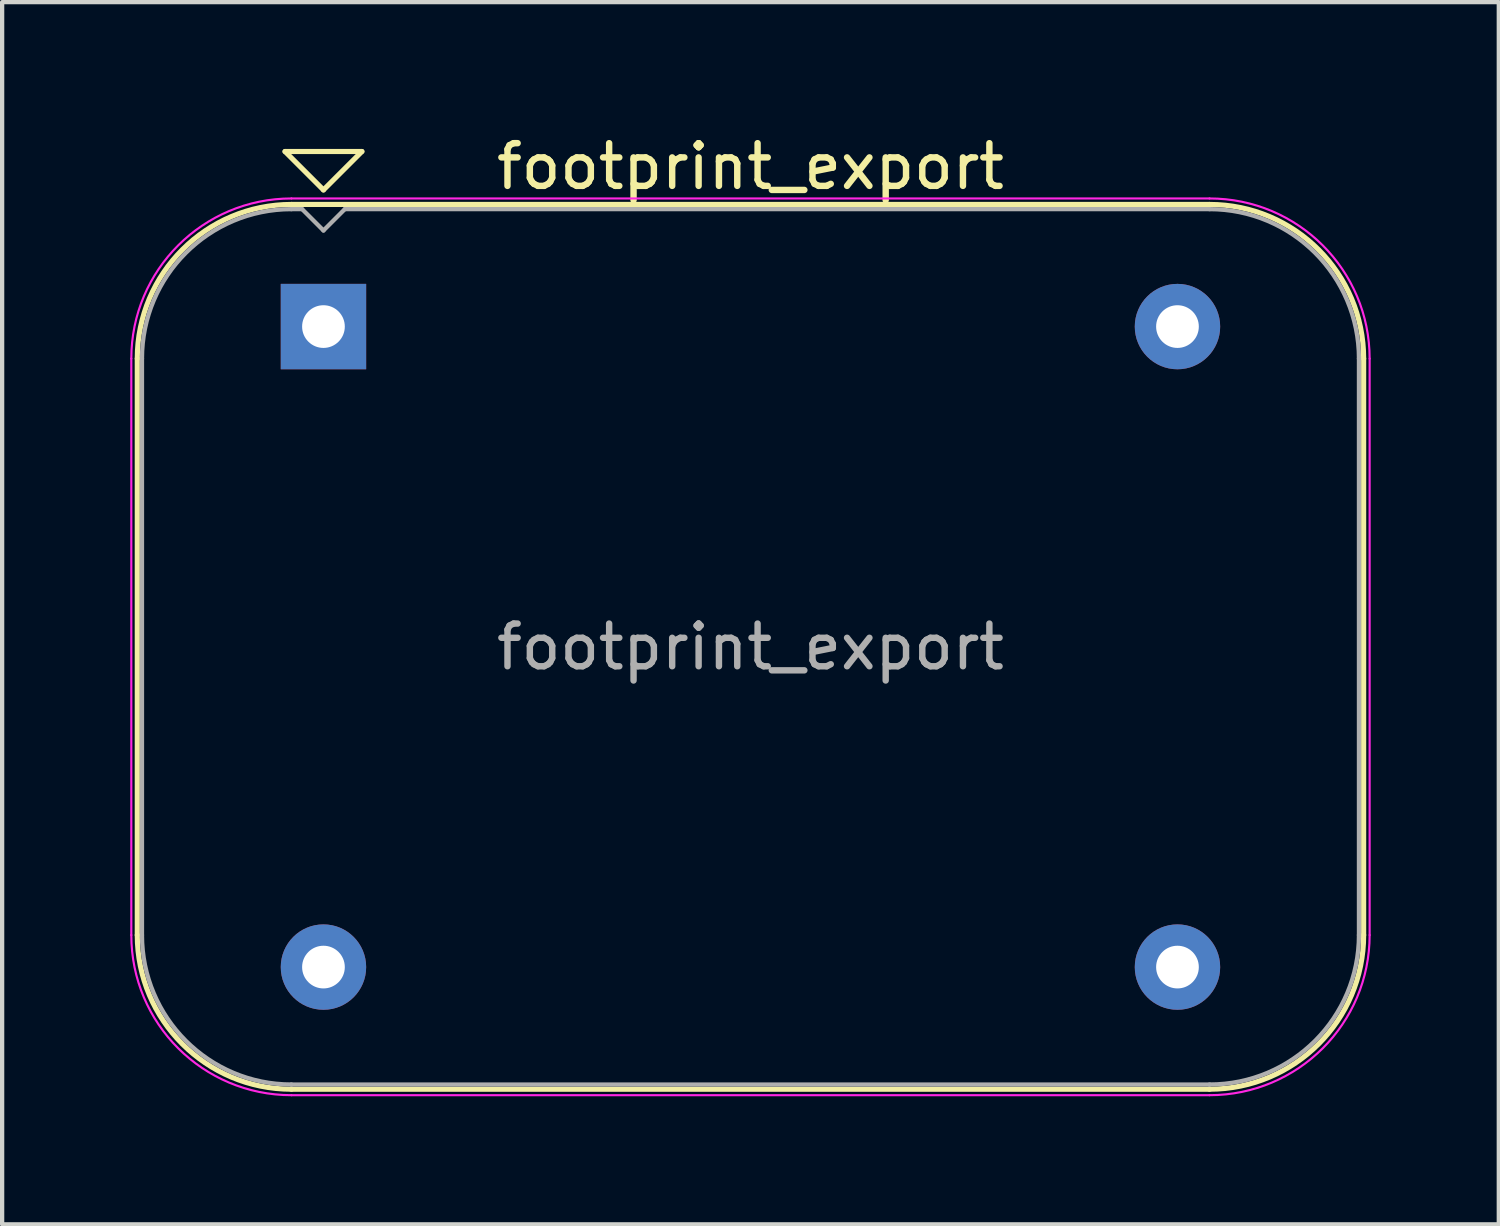
<source format=kicad_pcb>
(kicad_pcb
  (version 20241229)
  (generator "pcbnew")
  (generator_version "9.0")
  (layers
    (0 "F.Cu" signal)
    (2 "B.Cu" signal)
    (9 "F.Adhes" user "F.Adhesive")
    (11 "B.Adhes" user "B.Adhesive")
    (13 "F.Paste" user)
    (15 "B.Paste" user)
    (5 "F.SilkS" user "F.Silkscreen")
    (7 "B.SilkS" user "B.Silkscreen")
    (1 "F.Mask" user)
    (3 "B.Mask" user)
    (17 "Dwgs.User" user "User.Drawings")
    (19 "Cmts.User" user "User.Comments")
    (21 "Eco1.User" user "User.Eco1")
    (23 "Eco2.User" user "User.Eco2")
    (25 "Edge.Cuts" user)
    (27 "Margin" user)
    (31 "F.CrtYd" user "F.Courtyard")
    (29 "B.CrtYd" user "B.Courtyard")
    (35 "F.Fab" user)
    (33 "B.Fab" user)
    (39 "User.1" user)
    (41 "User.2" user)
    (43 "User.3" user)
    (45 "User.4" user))
  (footprint "footprint_export"
    (layer "F.Cu")
    (at 4.525 4.598)
    (property "Reference" "footprint_export" (at 10 -3.75 0) (layer "F.SilkS") (effects (font (size 1 1) (thickness 0.15))))
    (attr through_hole)
    (fp_line (start -4.36 14.25) (end -4.36 0.75) (stroke (width 0.12) (type solid)) (layer "F.SilkS"))
    (fp_line (start -0.9 -4.1) (end 0.9 -4.1) (stroke (width 0.12) (type solid)) (layer "F.SilkS"))
    (fp_line (start -0.75 -2.86) (end 20.75 -2.86) (stroke (width 0.12) (type solid)) (layer "F.SilkS"))
    (fp_line (start 0 -3.2) (end -0.9 -4.1) (stroke (width 0.12) (type solid)) (layer "F.SilkS"))
    (fp_line (start 0.9 -4.1) (end 0 -3.2) (stroke (width 0.12) (type solid)) (layer "F.SilkS"))
    (fp_line (start 20.75 17.86) (end -0.75 17.86) (stroke (width 0.12) (type solid)) (layer "F.SilkS"))
    (fp_line (start 24.36 0.75) (end 24.36 14.25) (stroke (width 0.12) (type solid)) (layer "F.SilkS"))
    (fp_arc (start -4.36 0.75) (mid -3.302655 -1.802655) (end -0.75 -2.86) (stroke (width 0.12) (type solid)) (layer "F.SilkS"))
    (fp_arc (start -0.75 17.86) (mid -3.302655 16.802655) (end -4.36 14.25) (stroke (width 0.12) (type solid)) (layer "F.SilkS"))
    (fp_arc (start 20.75 -2.86) (mid 23.302655 -1.802655) (end 24.36 0.75) (stroke (width 0.12) (type solid)) (layer "F.SilkS"))
    (fp_arc (start 24.36 14.25) (mid 23.302655 16.802655) (end 20.75 17.86) (stroke (width 0.12) (type solid)) (layer "F.SilkS"))
    (fp_line (start -4.5 14.25) (end -4.5 0.75) (stroke (width 0.05) (type solid)) (layer "F.CrtYd"))
    (fp_line (start -0.75 -3) (end 20.75 -3) (stroke (width 0.05) (type solid)) (layer "F.CrtYd"))
    (fp_line (start 20.75 18) (end -0.75 18) (stroke (width 0.05) (type solid)) (layer "F.CrtYd"))
    (fp_line (start 24.5 0.75) (end 24.5 14.25) (stroke (width 0.05) (type solid)) (layer "F.CrtYd"))
    (fp_arc (start -4.5 0.75) (mid -3.40165 -1.90165) (end -0.75 -3) (stroke (width 0.05) (type solid)) (layer "F.CrtYd"))
    (fp_arc (start -0.75 18) (mid -3.40165 16.90165) (end -4.5 14.25) (stroke (width 0.05) (type solid)) (layer "F.CrtYd"))
    (fp_arc (start 20.75 -3) (mid 23.40165 -1.90165) (end 24.5 0.75) (stroke (width 0.05) (type solid)) (layer "F.CrtYd"))
    (fp_arc (start 24.5 14.25) (mid 23.40165 16.90165) (end 20.75 18) (stroke (width 0.05) (type solid)) (layer "F.CrtYd"))
    (fp_line (start -4.25 0.75) (end -4.25 14.25) (stroke (width 0.1) (type solid)) (layer "F.Fab"))
    (fp_line (start -0.75 -2.75) (end -0.5 -2.75) (stroke (width 0.1) (type solid)) (layer "F.Fab"))
    (fp_line (start -0.75 17.75) (end 20.75 17.75) (stroke (width 0.1) (type solid)) (layer "F.Fab"))
    (fp_line (start -0.5 -2.75) (end 0 -2.25) (stroke (width 0.1) (type solid)) (layer "F.Fab"))
    (fp_line (start 0 -2.25) (end 0.5 -2.75) (stroke (width 0.1) (type solid)) (layer "F.Fab"))
    (fp_line (start 0.5 -2.75) (end 20.75 -2.75) (stroke (width 0.1) (type solid)) (layer "F.Fab"))
    (fp_line (start 24.25 0.75) (end 24.25 14.25) (stroke (width 0.1) (type solid)) (layer "F.Fab"))
    (fp_arc (start -4.25 0.75) (mid -3.224874 -1.724874) (end -0.75 -2.75) (stroke (width 0.1) (type solid)) (layer "F.Fab"))
    (fp_arc (start -0.75 17.75) (mid -3.224874 16.724874) (end -4.25 14.25) (stroke (width 0.1) (type solid)) (layer "F.Fab"))
    (fp_arc (start 20.75 -2.75) (mid 23.224874 -1.724874) (end 24.25 0.75) (stroke (width 0.1) (type solid)) (layer "F.Fab"))
    (fp_arc (start 24.25 14.25) (mid 23.224874 16.724874) (end 20.75 17.75) (stroke (width 0.1) (type solid)) (layer "F.Fab"))
    (fp_text user "${REFERENCE}" (at 10 7.5 0) (layer "F.Fab") (effects (font (size 1 1) (thickness 0.15))))
    (pad "1" thru_hole rect (at 0 0) (size 2 2) (drill 1) (layers "*.Cu" "*.Mask"))
    (pad "2" thru_hole circle (at 20 0) (size 2 2) (drill 1) (layers "*.Cu" "*.Mask"))
    (pad "3" thru_hole circle (at 0 15) (size 2 2) (drill 1) (layers "*.Cu" "*.Mask"))
    (pad "4" thru_hole circle (at 20 15) (size 2 2) (drill 1) (layers "*.Cu" "*.Mask")))
  (gr_rect
    (start -3 -3)
    (end 32.05 25.623)
    (stroke (width 0.1) (type default))
    (fill no)
    (layer "Edge.Cuts")))
</source>
